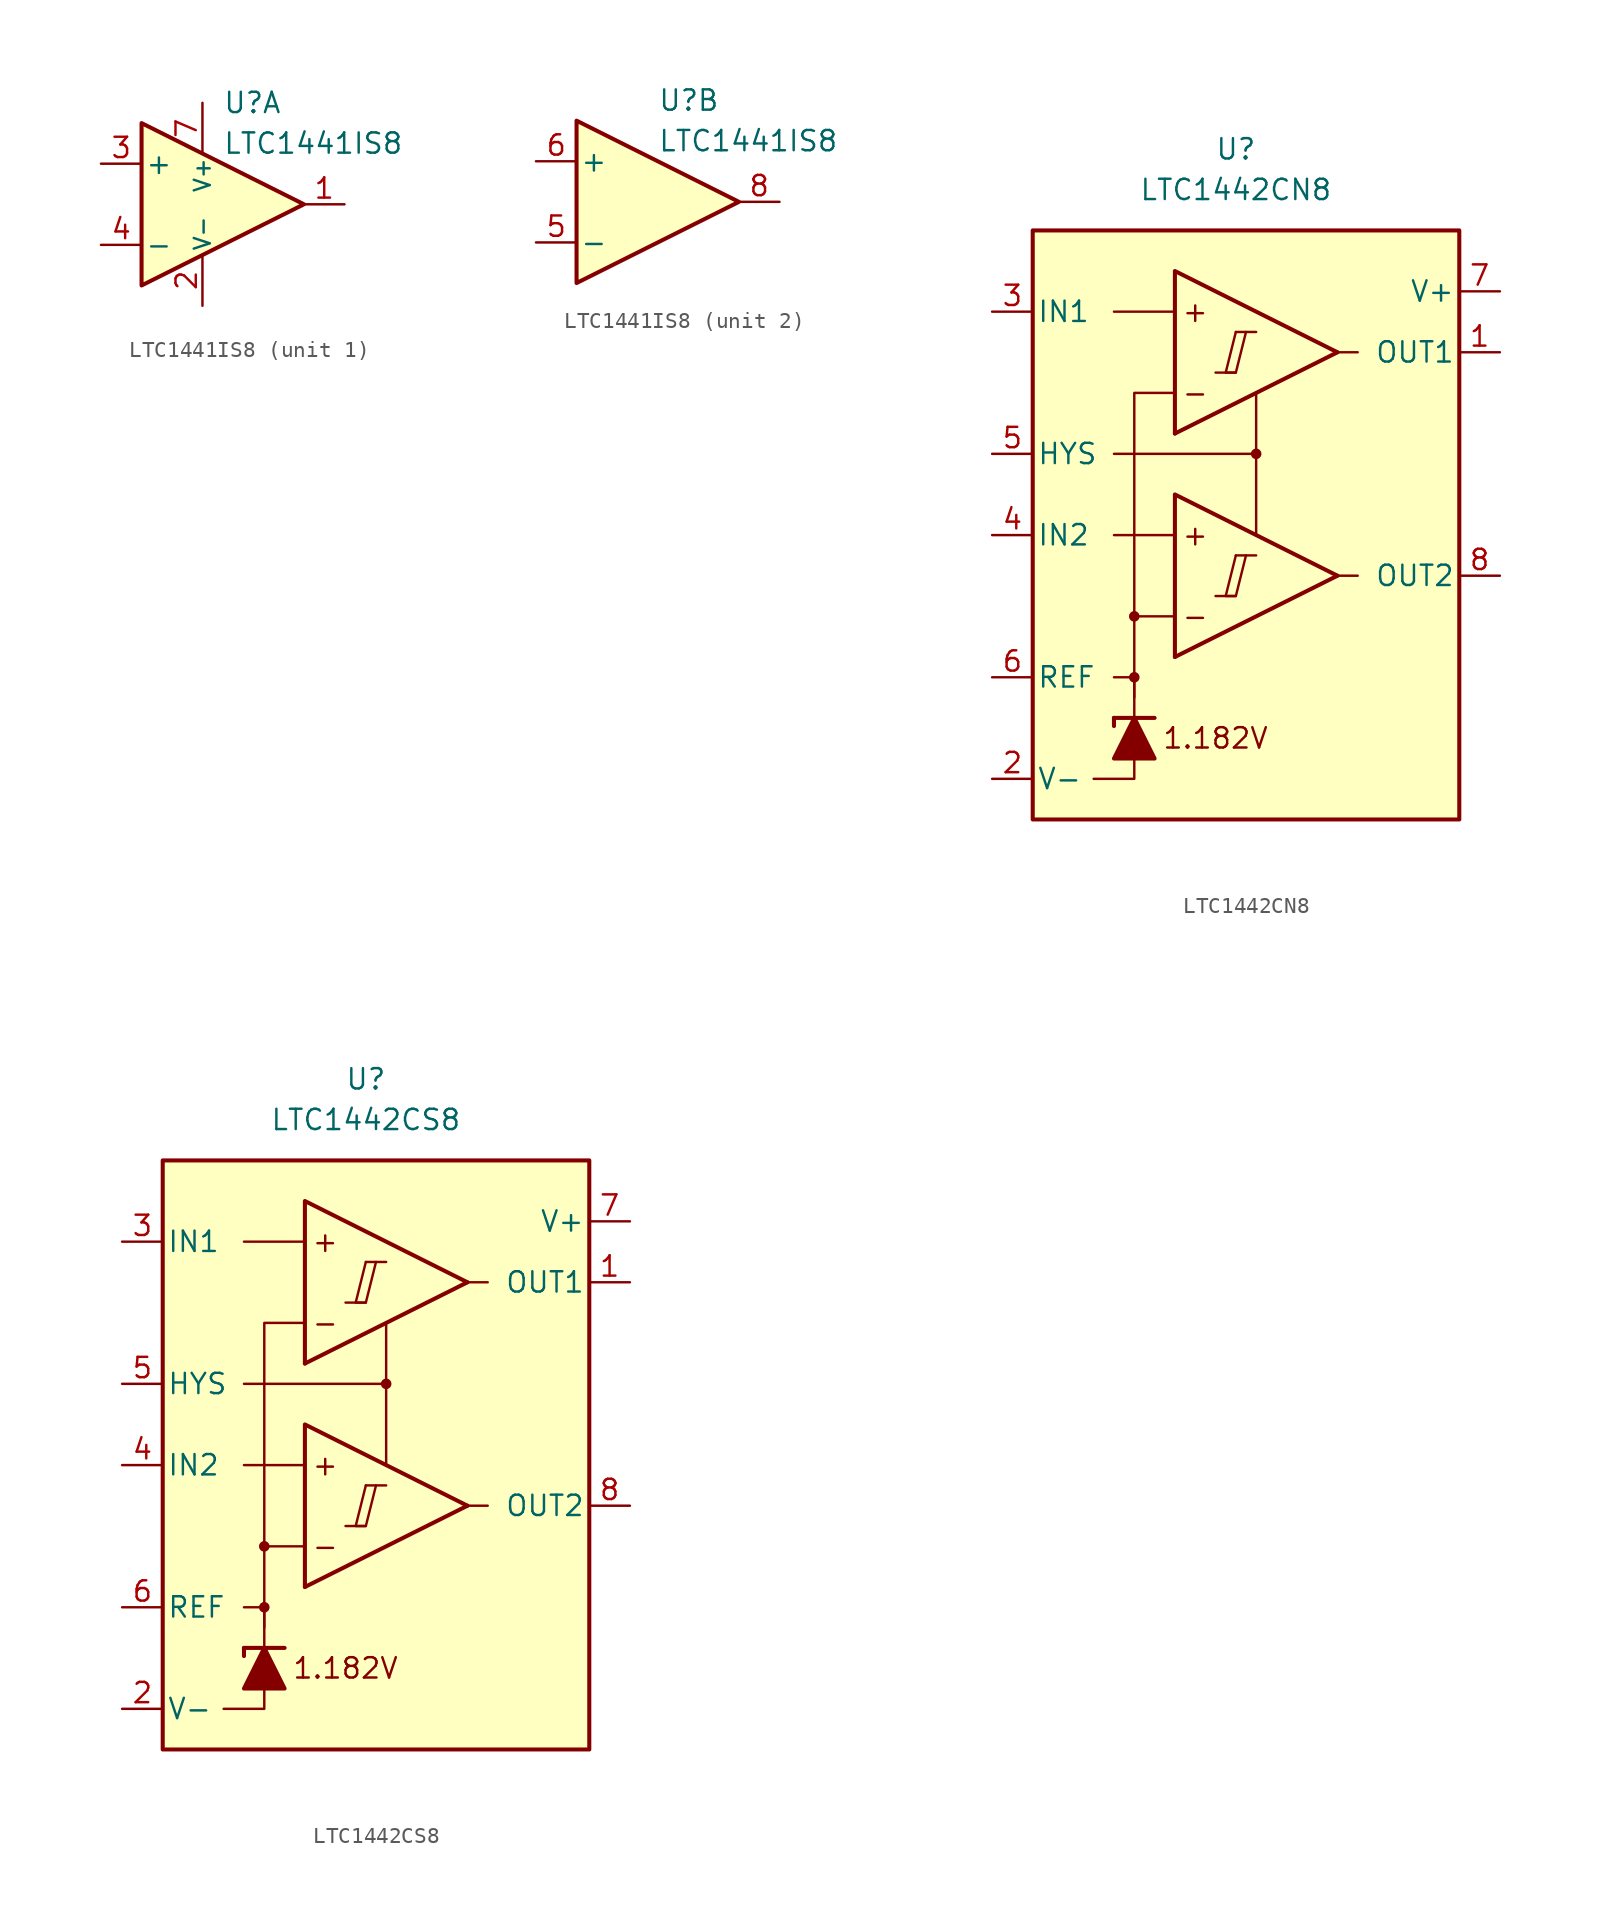
<source format=kicad_sym>
(kicad_symbol_lib
  (version 20231120)
  (generator "kicad_symbol_editor")
  (generator_version "8.0")
  (symbol "LTC1441IS8"
    (pin_names
      (offset 0.2))
    (property "Reference" "U"
      (at 1.27 6.35 0)
      (effects (font (size 1.27 1.27)) (justify left)))
    (property "Value" "LTC1441IS8"
      (at 1.27 3.81 0)
      (effects (font (size 1.27 1.27)) (justify left)))
    (property "ki_locked" ""
      (at 0 0 0)
      (effects (font (size 1.27 1.27))))
    (symbol "LTC1441IS8_0_1"
      (polyline (pts (xy -3.81 5.08) (xy -3.81 -5.08) (xy 6.35 0) (xy -3.81 5.08)) (stroke (width 0.254) (type default)) (fill (type background))))
    (symbol "LTC1441IS8_1_1"
      (pin output line (at 8.89 0 180) (length 2.54) (name "~" (effects (font (size 1.27 1.27)))) (number "1" (effects (font (size 1.27 1.27)))))
      (pin power_in line (at 0 -6.35 90) (length 3.18) (name "V-" (effects (font (size 1 1)))) (number "2" (effects (font (size 1.27 1.27)))))
      (pin input line (at -6.35 2.54 0) (length 2.54) (name "+" (effects (font (size 1.27 1.27)))) (number "3" (effects (font (size 1.27 1.27)))))
      (pin input line (at -6.35 -2.54 0) (length 2.54) (name "-" (effects (font (size 1.27 1.27)))) (number "4" (effects (font (size 1.27 1.27)))))
      (pin power_in line (at 0 6.35 270) (length 3.18) (name "V+" (effects (font (size 1 1)))) (number "7" (effects (font (size 1.27 1.27))))))
    (symbol "LTC1441IS8_2_1"
      (pin input line (at -6.35 -2.54 0) (length 2.54) (name "-" (effects (font (size 1.27 1.27)))) (number "5" (effects (font (size 1.27 1.27)))))
      (pin input line (at -6.35 2.54 0) (length 2.54) (name "+" (effects (font (size 1.27 1.27)))) (number "6" (effects (font (size 1.27 1.27)))))
      (pin output line (at 8.89 0 180) (length 2.54) (name "~" (effects (font (size 1.27 1.27)))) (number "8" (effects (font (size 1.27 1.27)))))))
  (symbol "LTC1442CN8"
    (pin_names
      (offset 0.254))
    (property "Reference" "U"
      (at -1.27 22.86 0)
      (effects (font (size 1.27 1.27))))
    (property "Value" "LTC1442CN8"
      (at -1.27 20.32 0)
      (effects (font (size 1.27 1.27))))
    (symbol "LTC1442CN8_0_0"
      (rectangle (start -13.97 17.78) (end 12.7 -19.05) (stroke (width 0.254) (type default)) (fill (type background)))
      (circle (center -7.62 -10.16) (radius 0.254) (stroke (width 0.152) (type default)) (fill (type outline)))
      (circle (center -7.62 -6.35) (radius 0.254) (stroke (width 0.152) (type default)) (fill (type outline)))
      (polyline (pts (xy -2.54 -5.08) (xy -1.27 -5.08)) (stroke (width 0.152) (type default)) (fill (type none)))
      (polyline (pts (xy -2.54 8.89) (xy -1.27 8.89)) (stroke (width 0.152) (type default)) (fill (type none)))
      (polyline (pts (xy -1.27 -2.54) (xy 0 -2.54)) (stroke (width 0.152) (type default)) (fill (type none)))
      (polyline (pts (xy -1.27 11.43) (xy 0 11.43)) (stroke (width 0.152) (type default)) (fill (type none)))
      (polyline (pts (xy 5.08 -3.81) (xy -5.08 -8.89)) (stroke (width 0.254) (type default)) (fill (type none)))
      (polyline (pts (xy 5.08 10.16) (xy -5.08 5.08)) (stroke (width 0.254) (type default)) (fill (type none)))
      (polyline (pts (xy 5.08 -3.81) (xy -5.08 1.27) (xy -5.08 -8.89)) (stroke (width 0.254) (type default)) (fill (type background)))
      (polyline (pts (xy 5.08 10.16) (xy -5.08 15.24) (xy -5.08 5.08)) (stroke (width 0.254) (type default)) (fill (type background)))
      (polyline (pts (xy -1.27 -2.54) (xy -1.905 -5.08) (xy -1.27 -5.08) (xy -0.635 -2.54)) (stroke (width 0.152) (type default)) (fill (type none)))
      (polyline (pts (xy -1.27 11.43) (xy -1.905 8.89) (xy -1.27 8.89) (xy -0.635 11.43)) (stroke (width 0.152) (type default)) (fill (type none)))
      (circle (center 0 3.81) (radius 0.254) (stroke (width 0.152) (type default)) (fill (type outline)))
      (text "+" (at -3.81 -1.27 0) (effects (font (size 1.27 1.27))))
      (text "+" (at -3.81 12.7 0) (effects (font (size 1.27 1.27))))
      (text "-" (at -3.81 -6.35 0) (effects (font (size 1.27 1.27))))
      (text "-" (at -3.81 7.62 0) (effects (font (size 1.27 1.27)))))
    (symbol "LTC1442CN8_0_1"
      (polyline (pts (xy -8.89 -12.7) (xy -8.89 -13.208)) (stroke (width 0.254) (type default)) (fill (type none)))
      (polyline (pts (xy -8.89 -12.7) (xy -6.35 -12.7)) (stroke (width 0.254) (type default)) (fill (type none)))
      (polyline (pts (xy -5.08 -1.27) (xy -8.89 -1.27)) (stroke (width 0) (type default)) (fill (type none)))
      (polyline (pts (xy -5.08 12.7) (xy -8.89 12.7)) (stroke (width 0) (type default)) (fill (type none)))
      (polyline (pts (xy 0 3.81) (xy 0 -1.27)) (stroke (width 0) (type default)) (fill (type none)))
      (polyline (pts (xy 5.08 -3.81) (xy 6.35 -3.81)) (stroke (width 0) (type default)) (fill (type none)))
      (polyline (pts (xy 5.08 10.16) (xy 6.35 10.16)) (stroke (width 0) (type default)) (fill (type none)))
      (polyline (pts (xy -7.62 -15.24) (xy -7.62 -16.51) (xy -10.16 -16.51)) (stroke (width 0) (type default)) (fill (type none)))
      (polyline (pts (xy -7.62 -12.7) (xy -7.62 -10.16) (xy -8.89 -10.16)) (stroke (width 0) (type default)) (fill (type none)))
      (polyline (pts (xy -7.62 -11.43) (xy -7.62 -6.35) (xy -5.08 -6.35)) (stroke (width 0) (type default)) (fill (type none)))
      (polyline (pts (xy -7.62 -6.35) (xy -7.62 7.62) (xy -5.08 7.62)) (stroke (width 0) (type default)) (fill (type none)))
      (polyline (pts (xy 0 7.62) (xy 0 3.81) (xy -8.89 3.81)) (stroke (width 0) (type default)) (fill (type none)))
      (polyline (pts (xy -6.35 -15.24) (xy -8.89 -15.24) (xy -7.62 -12.7) (xy -6.35 -15.24)) (stroke (width 0.254) (type default)) (fill (type outline))))
    (symbol "LTC1442CN8_1_0"
      (text "1.182V" (at -2.54 -13.97 0) (effects (font (size 1.27 1.27)))))
    (symbol "LTC1442CN8_1_1"
      (pin output line (at 15.24 10.16 180) (length 2.54) (name "OUT1" (effects (font (size 1.27 1.27)))) (number "1" (effects (font (size 1.27 1.27)))))
      (pin power_in line (at -16.51 -16.51 0) (length 2.54) (name "V-" (effects (font (size 1.27 1.27)))) (number "2" (effects (font (size 1.27 1.27)))))
      (pin input line (at -16.51 12.7 0) (length 2.54) (name "IN1" (effects (font (size 1.27 1.27)))) (number "3" (effects (font (size 1.27 1.27)))))
      (pin input line (at -16.51 -1.27 0) (length 2.54) (name "IN2" (effects (font (size 1.27 1.27)))) (number "4" (effects (font (size 1.27 1.27)))))
      (pin input line (at -16.51 3.81 0) (length 2.54) (name "HYS" (effects (font (size 1.27 1.27)))) (number "5" (effects (font (size 1.27 1.27)))))
      (pin output line (at -16.51 -10.16 0) (length 2.54) (name "REF" (effects (font (size 1.27 1.27)))) (number "6" (effects (font (size 1.27 1.27)))))
      (pin power_in line (at 15.24 13.97 180) (length 2.54) (name "V+" (effects (font (size 1.27 1.27)))) (number "7" (effects (font (size 1.27 1.27)))))
      (pin output line (at 15.24 -3.81 180) (length 2.54) (name "OUT2" (effects (font (size 1.27 1.27)))) (number "8" (effects (font (size 1.27 1.27)))))))
  (symbol "LTC1442CS8"
    (pin_names
      (offset 0.254))
    (property "Reference" "U"
      (at -1.27 22.86 0)
      (effects (font (size 1.27 1.27))))
    (property "Value" "LTC1442CS8"
      (at -1.27 20.32 0)
      (effects (font (size 1.27 1.27))))
    (symbol "LTC1442CS8_0_0"
      (rectangle (start -13.97 17.78) (end 12.7 -19.05) (stroke (width 0.254) (type default)) (fill (type background)))
      (circle (center -7.62 -10.16) (radius 0.254) (stroke (width 0.152) (type default)) (fill (type outline)))
      (circle (center -7.62 -6.35) (radius 0.254) (stroke (width 0.152) (type default)) (fill (type outline)))
      (polyline (pts (xy -2.54 -5.08) (xy -1.27 -5.08)) (stroke (width 0.152) (type default)) (fill (type none)))
      (polyline (pts (xy -2.54 8.89) (xy -1.27 8.89)) (stroke (width 0.152) (type default)) (fill (type none)))
      (polyline (pts (xy -1.27 -2.54) (xy 0 -2.54)) (stroke (width 0.152) (type default)) (fill (type none)))
      (polyline (pts (xy -1.27 11.43) (xy 0 11.43)) (stroke (width 0.152) (type default)) (fill (type none)))
      (polyline (pts (xy 5.08 -3.81) (xy -5.08 -8.89)) (stroke (width 0.254) (type default)) (fill (type none)))
      (polyline (pts (xy 5.08 10.16) (xy -5.08 5.08)) (stroke (width 0.254) (type default)) (fill (type none)))
      (polyline (pts (xy 5.08 -3.81) (xy -5.08 1.27) (xy -5.08 -8.89)) (stroke (width 0.254) (type default)) (fill (type background)))
      (polyline (pts (xy 5.08 10.16) (xy -5.08 15.24) (xy -5.08 5.08)) (stroke (width 0.254) (type default)) (fill (type background)))
      (polyline (pts (xy -1.27 -2.54) (xy -1.905 -5.08) (xy -1.27 -5.08) (xy -0.635 -2.54)) (stroke (width 0.152) (type default)) (fill (type none)))
      (polyline (pts (xy -1.27 11.43) (xy -1.905 8.89) (xy -1.27 8.89) (xy -0.635 11.43)) (stroke (width 0.152) (type default)) (fill (type none)))
      (circle (center 0 3.81) (radius 0.254) (stroke (width 0.152) (type default)) (fill (type outline)))
      (text "+" (at -3.81 -1.27 0) (effects (font (size 1.27 1.27))))
      (text "+" (at -3.81 12.7 0) (effects (font (size 1.27 1.27))))
      (text "-" (at -3.81 -6.35 0) (effects (font (size 1.27 1.27))))
      (text "-" (at -3.81 7.62 0) (effects (font (size 1.27 1.27)))))
    (symbol "LTC1442CS8_0_1"
      (polyline (pts (xy -8.89 -12.7) (xy -8.89 -13.208)) (stroke (width 0.254) (type default)) (fill (type none)))
      (polyline (pts (xy -8.89 -12.7) (xy -6.35 -12.7)) (stroke (width 0.254) (type default)) (fill (type none)))
      (polyline (pts (xy -5.08 -1.27) (xy -8.89 -1.27)) (stroke (width 0) (type default)) (fill (type none)))
      (polyline (pts (xy -5.08 12.7) (xy -8.89 12.7)) (stroke (width 0) (type default)) (fill (type none)))
      (polyline (pts (xy 0 3.81) (xy 0 -1.27)) (stroke (width 0) (type default)) (fill (type none)))
      (polyline (pts (xy 5.08 -3.81) (xy 6.35 -3.81)) (stroke (width 0) (type default)) (fill (type none)))
      (polyline (pts (xy 5.08 10.16) (xy 6.35 10.16)) (stroke (width 0) (type default)) (fill (type none)))
      (polyline (pts (xy -7.62 -15.24) (xy -7.62 -16.51) (xy -10.16 -16.51)) (stroke (width 0) (type default)) (fill (type none)))
      (polyline (pts (xy -7.62 -12.7) (xy -7.62 -10.16) (xy -8.89 -10.16)) (stroke (width 0) (type default)) (fill (type none)))
      (polyline (pts (xy -7.62 -11.43) (xy -7.62 -6.35) (xy -5.08 -6.35)) (stroke (width 0) (type default)) (fill (type none)))
      (polyline (pts (xy -7.62 -6.35) (xy -7.62 7.62) (xy -5.08 7.62)) (stroke (width 0) (type default)) (fill (type none)))
      (polyline (pts (xy 0 7.62) (xy 0 3.81) (xy -8.89 3.81)) (stroke (width 0) (type default)) (fill (type none)))
      (polyline (pts (xy -6.35 -15.24) (xy -8.89 -15.24) (xy -7.62 -12.7) (xy -6.35 -15.24)) (stroke (width 0.254) (type default)) (fill (type outline))))
    (symbol "LTC1442CS8_1_0"
      (text "1.182V" (at -2.54 -13.97 0) (effects (font (size 1.27 1.27)))))
    (symbol "LTC1442CS8_1_1"
      (pin output line (at 15.24 10.16 180) (length 2.54) (name "OUT1" (effects (font (size 1.27 1.27)))) (number "1" (effects (font (size 1.27 1.27)))))
      (pin power_in line (at -16.51 -16.51 0) (length 2.54) (name "V-" (effects (font (size 1.27 1.27)))) (number "2" (effects (font (size 1.27 1.27)))))
      (pin input line (at -16.51 12.7 0) (length 2.54) (name "IN1" (effects (font (size 1.27 1.27)))) (number "3" (effects (font (size 1.27 1.27)))))
      (pin input line (at -16.51 -1.27 0) (length 2.54) (name "IN2" (effects (font (size 1.27 1.27)))) (number "4" (effects (font (size 1.27 1.27)))))
      (pin input line (at -16.51 3.81 0) (length 2.54) (name "HYS" (effects (font (size 1.27 1.27)))) (number "5" (effects (font (size 1.27 1.27)))))
      (pin output line (at -16.51 -10.16 0) (length 2.54) (name "REF" (effects (font (size 1.27 1.27)))) (number "6" (effects (font (size 1.27 1.27)))))
      (pin power_in line (at 15.24 13.97 180) (length 2.54) (name "V+" (effects (font (size 1.27 1.27)))) (number "7" (effects (font (size 1.27 1.27)))))
      (pin output line (at 15.24 -3.81 180) (length 2.54) (name "OUT2" (effects (font (size 1.27 1.27)))) (number "8" (effects (font (size 1.27 1.27))))))))
</source>
